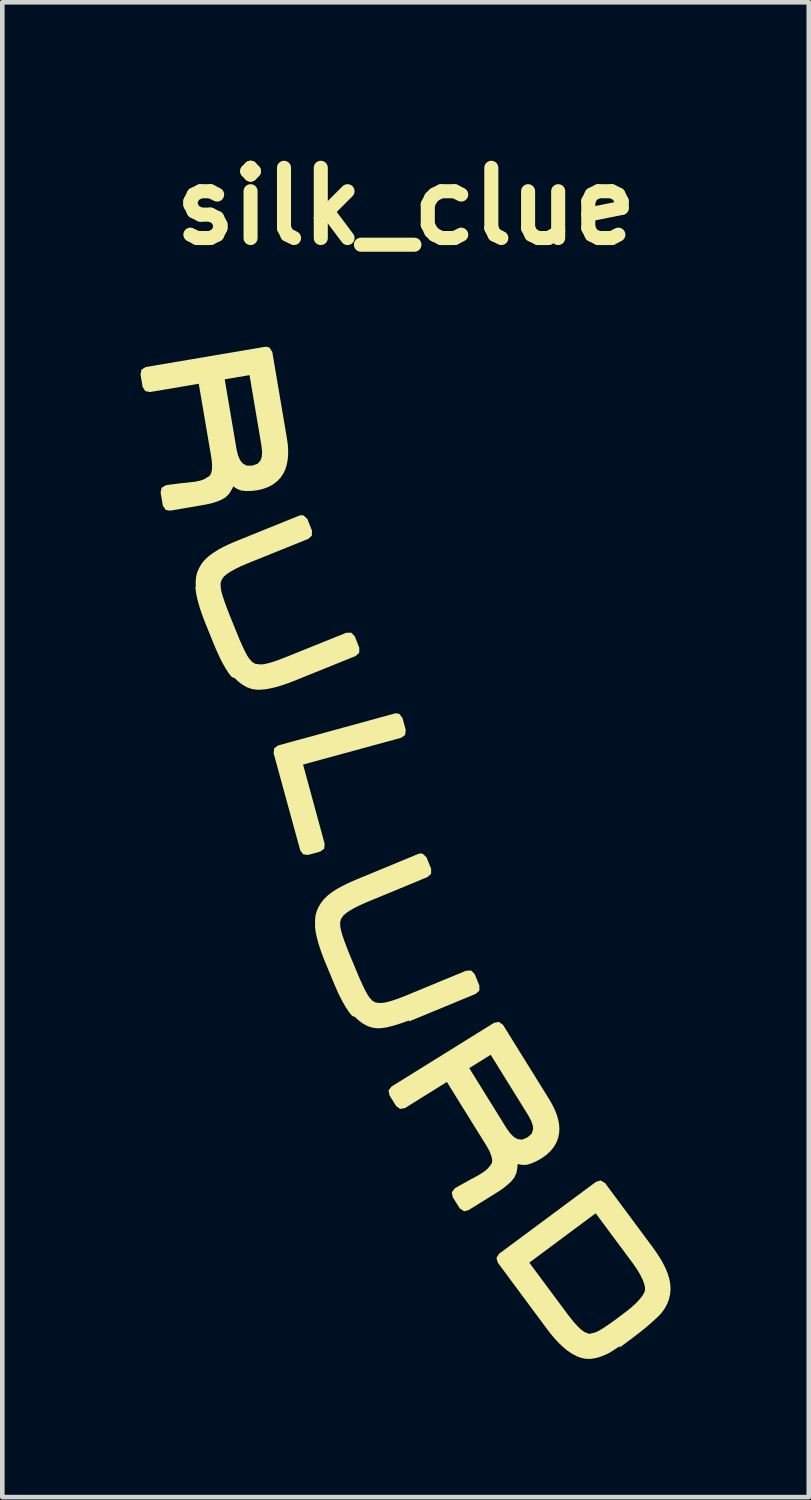
<source format=kicad_pcb>
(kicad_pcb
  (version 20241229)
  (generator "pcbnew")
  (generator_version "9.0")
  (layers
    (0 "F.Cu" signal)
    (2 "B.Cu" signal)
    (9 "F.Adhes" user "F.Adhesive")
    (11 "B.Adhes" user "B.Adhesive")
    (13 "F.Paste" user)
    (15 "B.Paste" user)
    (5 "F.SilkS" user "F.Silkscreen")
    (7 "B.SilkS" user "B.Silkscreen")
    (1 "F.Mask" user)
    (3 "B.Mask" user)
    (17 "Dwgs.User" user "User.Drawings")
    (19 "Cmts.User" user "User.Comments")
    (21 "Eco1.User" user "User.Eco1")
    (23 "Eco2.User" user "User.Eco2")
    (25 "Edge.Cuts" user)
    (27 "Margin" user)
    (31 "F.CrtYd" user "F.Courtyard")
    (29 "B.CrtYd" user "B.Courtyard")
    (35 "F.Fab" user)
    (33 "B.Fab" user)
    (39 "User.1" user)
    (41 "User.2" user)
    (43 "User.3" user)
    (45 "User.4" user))
  (footprint "silk_clue"
    (layer "F.Cu")
    (at 5.763 15.465)
    (property "Reference" "silk_clue" (at 0 -14.038 0) (layer "F.SilkS") (effects (font (size 1.524 1.524) (thickness 0.305))))
    (attr exclude_from_pos_files exclude_from_bom)
    (fp_poly (pts (xy -0.202 -3.034) (xy -0.251 -3.028) (xy -2.776 -2.336) (xy -2.862 -2.274) (xy -2.874 -2.166) (xy -2.296 -0.057) (xy -2.231 0.029) (xy -2.126 0.041) (xy -1.862 -0.032) (xy -1.776 -0.096) (xy -1.767 -0.202) (xy -2.235 -1.921) (xy -0.106 -2.502) (xy -0.02 -2.563) (xy -0.007 -2.674) (xy -0.077 -2.932) (xy -0.146 -3.02) (xy -0.202 -3.034) (xy -0.202 -3.034)) (stroke (width 0) (type solid)) (fill yes) (layer "F.SilkS"))
    (fp_poly (pts (xy -3.018 -10.988) (xy -3.067 -10.987) (xy -5.649 -10.549) (xy -5.741 -10.493) (xy -5.763 -10.389) (xy -5.718 -10.119) (xy -5.661 -10.027) (xy -5.558 -10.006) (xy -4.499 -10.186) (xy -4.225 -8.576) (xy -4.21 -8.437) (xy -4.213 -8.328) (xy -4.213 -8.326) (xy -4.213 -8.323) (xy -4.23 -8.245) (xy -4.26 -8.19) (xy -4.37 -8.12) (xy -4.372 -8.117) (xy -4.458 -8.086) (xy -4.573 -8.061) (xy -4.686 -8.047) (xy -4.77 -8.038) (xy -4.872 -8.028) (xy -4.874 -8.028) (xy -5.012 -8.011) (xy -5.125 -7.996) (xy -5.214 -7.983) (xy -5.305 -7.928) (xy -5.327 -7.824) (xy -5.278 -7.537) (xy -5.214 -7.446) (xy -5.12 -7.432) (xy -4.362 -7.561) (xy -4.244 -7.586) (xy -4.132 -7.619) (xy -4.023 -7.66) (xy -3.927 -7.715) (xy -3.925 -7.715) (xy -3.849 -7.787) (xy -3.795 -7.87) (xy -3.749 -7.957) (xy -3.67 -7.905) (xy -3.581 -7.869) (xy -3.579 -7.869) (xy -3.469 -7.858) (xy -3.462 -7.858) (xy -3.462 -8.41) (xy -3.551 -8.461) (xy -3.602 -8.528) (xy -3.646 -8.63) (xy -3.679 -8.766) (xy -3.936 -10.282) (xy -3.397 -10.373) (xy -3.138 -8.84) (xy -3.124 -8.706) (xy -3.132 -8.6) (xy -3.157 -8.524) (xy -3.221 -8.45) (xy -3.335 -8.41) (xy -3.462 -8.41) (xy -3.462 -7.858) (xy -3.352 -7.86) (xy -3.227 -7.875) (xy -3.104 -7.904) (xy -2.99 -7.945) (xy -2.888 -8) (xy -2.799 -8.068) (xy -2.723 -8.148) (xy -2.661 -8.24) (xy -2.62 -8.329) (xy -2.59 -8.425) (xy -2.57 -8.528) (xy -2.56 -8.638) (xy -2.559 -8.754) (xy -2.568 -8.878) (xy -2.587 -9.008) (xy -2.903 -10.875) (xy -2.964 -10.969) (xy -3.018 -10.988) (xy -3.018 -10.988)) (stroke (width 0) (type solid)) (fill yes) (layer "F.SilkS"))
    (fp_poly (pts (xy 2.013 3.664) (xy 1.909 3.685) (xy -0.316 5.068) (xy -0.38 5.152) (xy -0.36 5.257) (xy -0.216 5.49) (xy -0.13 5.554) (xy -0.024 5.535) (xy 0.886 4.968) (xy 1.747 6.355) (xy 1.815 6.478) (xy 1.853 6.582) (xy 1.853 6.584) (xy 1.855 6.585) (xy 1.87 6.663) (xy 1.863 6.726) (xy 1.834 6.775) (xy 1.786 6.833) (xy 1.786 6.835) (xy 1.718 6.896) (xy 1.62 6.963) (xy 1.523 7.019) (xy 1.448 7.06) (xy 1.357 7.107) (xy 1.357 7.109) (xy 1.235 7.176) (xy 1.135 7.232) (xy 1.057 7.277) (xy 0.993 7.363) (xy 1.013 7.468) (xy 1.167 7.714) (xy 1.261 7.775) (xy 1.353 7.752) (xy 2.005 7.347) (xy 2.105 7.279) (xy 2.196 7.206) (xy 2.282 7.128) (xy 2.351 7.041) (xy 2.351 7.039) (xy 2.352 7.039) (xy 2.395 6.944) (xy 2.413 6.847) (xy 2.423 6.75) (xy 2.516 6.768) (xy 2.518 6.768) (xy 2.518 6.22) (xy 2.415 6.207) (xy 2.343 6.164) (xy 2.264 6.087) (xy 2.182 5.974) (xy 1.372 4.668) (xy 1.837 4.378) (xy 2.657 5.701) (xy 2.72 5.82) (xy 2.752 5.919) (xy 2.757 5.999) (xy 2.726 6.092) (xy 2.636 6.171) (xy 2.518 6.22) (xy 2.518 6.768) (xy 2.612 6.767) (xy 2.614 6.767) (xy 2.721 6.736) (xy 2.829 6.689) (xy 2.938 6.627) (xy 3.042 6.554) (xy 3.131 6.472) (xy 3.204 6.384) (xy 3.261 6.288) (xy 3.301 6.185) (xy 3.323 6.076) (xy 3.328 5.978) (xy 3.32 5.878) (xy 3.3 5.776) (xy 3.268 5.67) (xy 3.224 5.562) (xy 3.169 5.451) (xy 3.103 5.337) (xy 2.104 3.728) (xy 2.013 3.664) (xy 2.013 3.664)) (stroke (width 0) (type solid)) (fill yes) (layer "F.SilkS"))
    (fp_poly (pts (xy 4.222 7.105) (xy 4.122 7.136) (xy 2.019 8.697) (xy 1.962 8.787) (xy 1.991 8.89) (xy 3.059 10.33) (xy 3.147 10.444) (xy 3.234 10.547) (xy 3.321 10.639) (xy 3.406 10.72) (xy 3.491 10.791) (xy 3.597 10.864) (xy 3.702 10.92) (xy 3.806 10.958) (xy 3.911 10.978) (xy 3.978 10.978) (xy 3.978 10.436) (xy 3.88 10.4) (xy 3.876 10.398) (xy 3.87 10.394) (xy 3.809 10.351) (xy 3.728 10.275) (xy 3.63 10.166) (xy 3.518 10.025) (xy 2.675 8.89) (xy 4.116 7.818) (xy 4.919 8.9) (xy 5.012 9.033) (xy 5.084 9.154) (xy 5.136 9.261) (xy 5.17 9.353) (xy 5.186 9.43) (xy 5.186 9.489) (xy 5.168 9.543) (xy 5.129 9.61) (xy 5.067 9.688) (xy 4.983 9.777) (xy 4.874 9.875) (xy 4.741 9.98) (xy 4.564 10.113) (xy 4.46 10.188) (xy 4.366 10.254) (xy 4.282 10.31) (xy 4.181 10.371) (xy 4.113 10.402) (xy 4.106 10.402) (xy 4.101 10.406) (xy 3.978 10.436) (xy 3.978 10.978) (xy 4.014 10.978) (xy 4.122 10.961) (xy 4.233 10.927) (xy 4.349 10.879) (xy 4.349 10.881) (xy 4.443 10.829) (xy 4.544 10.764) (xy 4.645 10.697) (xy 4.632 10.736) (xy 4.886 10.546) (xy 5.001 10.459) (xy 5.107 10.377) (xy 5.202 10.3) (xy 5.286 10.228) (xy 5.383 10.141) (xy 5.466 10.064) (xy 5.534 9.995) (xy 5.536 9.992) (xy 5.538 9.99) (xy 5.611 9.89) (xy 5.668 9.786) (xy 5.709 9.678) (xy 5.733 9.566) (xy 5.741 9.451) (xy 5.732 9.333) (xy 5.711 9.232) (xy 5.679 9.127) (xy 5.635 9.018) (xy 5.579 8.905) (xy 5.511 8.787) (xy 5.431 8.665) (xy 5.341 8.539) (xy 4.319 7.162) (xy 4.222 7.105) (xy 4.222 7.105)) (stroke (width 0) (type solid)) (fill yes) (layer "F.SilkS"))
    (fp_poly (pts (xy -2.281 -7.333) (xy -2.325 -7.321) (xy -3.641 -6.789) (xy -3.764 -6.738) (xy -3.878 -6.687) (xy -3.983 -6.636) (xy -4.079 -6.584) (xy -4.079 -6.582) (xy -4.193 -6.51) (xy -4.292 -6.436) (xy -4.374 -6.359) (xy -4.374 -6.357) (xy -4.376 -6.357) (xy -4.441 -6.274) (xy -4.493 -6.184) (xy -4.534 -6.088) (xy -4.557 -5.996) (xy -4.566 -5.898) (xy -4.565 -5.797) (xy -4.571 -5.77) (xy -4.571 -5.744) (xy -4.569 -5.737) (xy -4.556 -5.639) (xy -4.534 -5.53) (xy -4.503 -5.411) (xy -4.471 -5.306) (xy -4.433 -5.194) (xy -4.389 -5.074) (xy -4.338 -4.945) (xy -4.188 -4.574) (xy -4.135 -4.447) (xy -4.084 -4.331) (xy -4.034 -4.225) (xy -3.985 -4.129) (xy -3.921 -4.015) (xy -3.86 -3.919) (xy -3.8 -3.838) (xy -3.797 -3.836) (xy -3.759 -3.809) (xy -3.724 -3.801) (xy -3.639 -3.721) (xy -3.548 -3.652) (xy -3.451 -3.598) (xy -3.347 -3.561) (xy -3.235 -3.545) (xy -3.14 -3.546) (xy -3.038 -3.557) (xy -2.929 -3.577) (xy -2.812 -3.605) (xy -2.686 -3.643) (xy -2.553 -3.69) (xy -2.411 -3.744) (xy -2.353 -3.768) (xy -1.095 -4.276) (xy -1.016 -4.346) (xy -1.015 -4.457) (xy -1.112 -4.703) (xy -1.188 -4.783) (xy -1.299 -4.781) (xy -2.616 -4.25) (xy -2.745 -4.2) (xy -2.861 -4.159) (xy -2.964 -4.127) (xy -2.965 -4.127) (xy -3.086 -4.098) (xy -3.175 -4.094) (xy -3.18 -4.096) (xy -3.186 -4.096) (xy -3.268 -4.106) (xy -3.339 -4.146) (xy -3.405 -4.221) (xy -3.407 -4.223) (xy -3.445 -4.281) (xy -3.491 -4.367) (xy -3.545 -4.48) (xy -3.607 -4.618) (xy -3.674 -4.782) (xy -3.825 -5.153) (xy -3.889 -5.318) (xy -3.941 -5.461) (xy -3.98 -5.58) (xy -4.007 -5.674) (xy -4.02 -5.742) (xy -4.02 -5.745) (xy -4.02 -5.747) (xy -4.027 -5.848) (xy -4.004 -5.93) (xy -3.952 -6.002) (xy -3.895 -6.051) (xy -3.814 -6.105) (xy -3.711 -6.164) (xy -3.586 -6.225) (xy -3.438 -6.288) (xy -2.122 -6.819) (xy -2.044 -6.889) (xy -2.042 -7) (xy -2.141 -7.25) (xy -2.225 -7.328) (xy -2.281 -7.333) (xy -2.281 -7.333)) (stroke (width 0) (type solid)) (fill yes) (layer "F.SilkS"))
    (fp_poly (pts (xy 0.302 0.009) (xy 0.259 0.021) (xy -1.053 0.564) (xy -1.175 0.616) (xy -1.289 0.668) (xy -1.393 0.721) (xy -1.489 0.773) (xy -1.491 0.773) (xy -1.604 0.846) (xy -1.701 0.922) (xy -1.782 1) (xy -1.784 1) (xy -1.784 1.002) (xy -1.849 1.086) (xy -1.902 1.175) (xy -1.942 1.271) (xy -1.967 1.369) (xy -1.976 1.473) (xy -1.973 1.582) (xy -1.975 1.591) (xy -1.975 1.601) (xy -1.975 1.615) (xy -1.973 1.623) (xy -1.96 1.721) (xy -1.937 1.829) (xy -1.905 1.949) (xy -1.873 2.053) (xy -1.834 2.165) (xy -1.789 2.284) (xy -1.737 2.412) (xy -1.583 2.783) (xy -1.529 2.91) (xy -1.478 3.026) (xy -1.427 3.131) (xy -1.378 3.226) (xy -1.313 3.339) (xy -1.25 3.435) (xy -1.188 3.515) (xy -1.186 3.519) (xy -1.148 3.546) (xy -1.116 3.552) (xy -1.03 3.632) (xy -0.938 3.7) (xy -0.84 3.753) (xy -0.734 3.789) (xy -0.622 3.804) (xy -0.528 3.8) (xy -0.423 3.784) (xy -0.311 3.757) (xy -0.191 3.722) (xy -0.065 3.68) (xy 0.065 3.633) (xy 0.065 3.654) (xy 0.2 3.599) (xy 1.513 3.056) (xy 1.591 2.986) (xy 1.591 2.874) (xy 1.492 2.631) (xy 1.415 2.55) (xy 1.304 2.553) (xy -0.009 3.096) (xy -0.137 3.146) (xy -0.253 3.188) (xy -0.356 3.22) (xy -0.358 3.22) (xy -0.478 3.249) (xy -0.565 3.254) (xy -0.573 3.254) (xy -0.579 3.254) (xy -0.661 3.244) (xy -0.731 3.205) (xy -0.798 3.131) (xy -0.8 3.129) (xy -0.837 3.071) (xy -0.884 2.985) (xy -0.939 2.873) (xy -1.002 2.735) (xy -1.071 2.572) (xy -1.226 2.201) (xy -1.291 2.036) (xy -1.344 1.894) (xy -1.384 1.775) (xy -1.41 1.681) (xy -1.425 1.613) (xy -1.425 1.611) (xy -1.425 1.609) (xy -1.432 1.508) (xy -1.41 1.426) (xy -1.358 1.353) (xy -1.301 1.304) (xy -1.221 1.249) (xy -1.118 1.19) (xy -0.993 1.128) (xy -0.847 1.064) (xy 0.466 0.521) (xy 0.544 0.451) (xy 0.544 0.339) (xy 0.443 0.091) (xy 0.357 0.013) (xy 0.302 0.009) (xy 0.302 0.009)) (stroke (width 0) (type solid)) (fill yes) (layer "F.SilkS")))
  (gr_rect
    (start -3 -3)
    (end 14.504 29.443)
    (stroke (width 0.1) (type default))
    (fill no)
    (layer "Edge.Cuts")))
</source>
